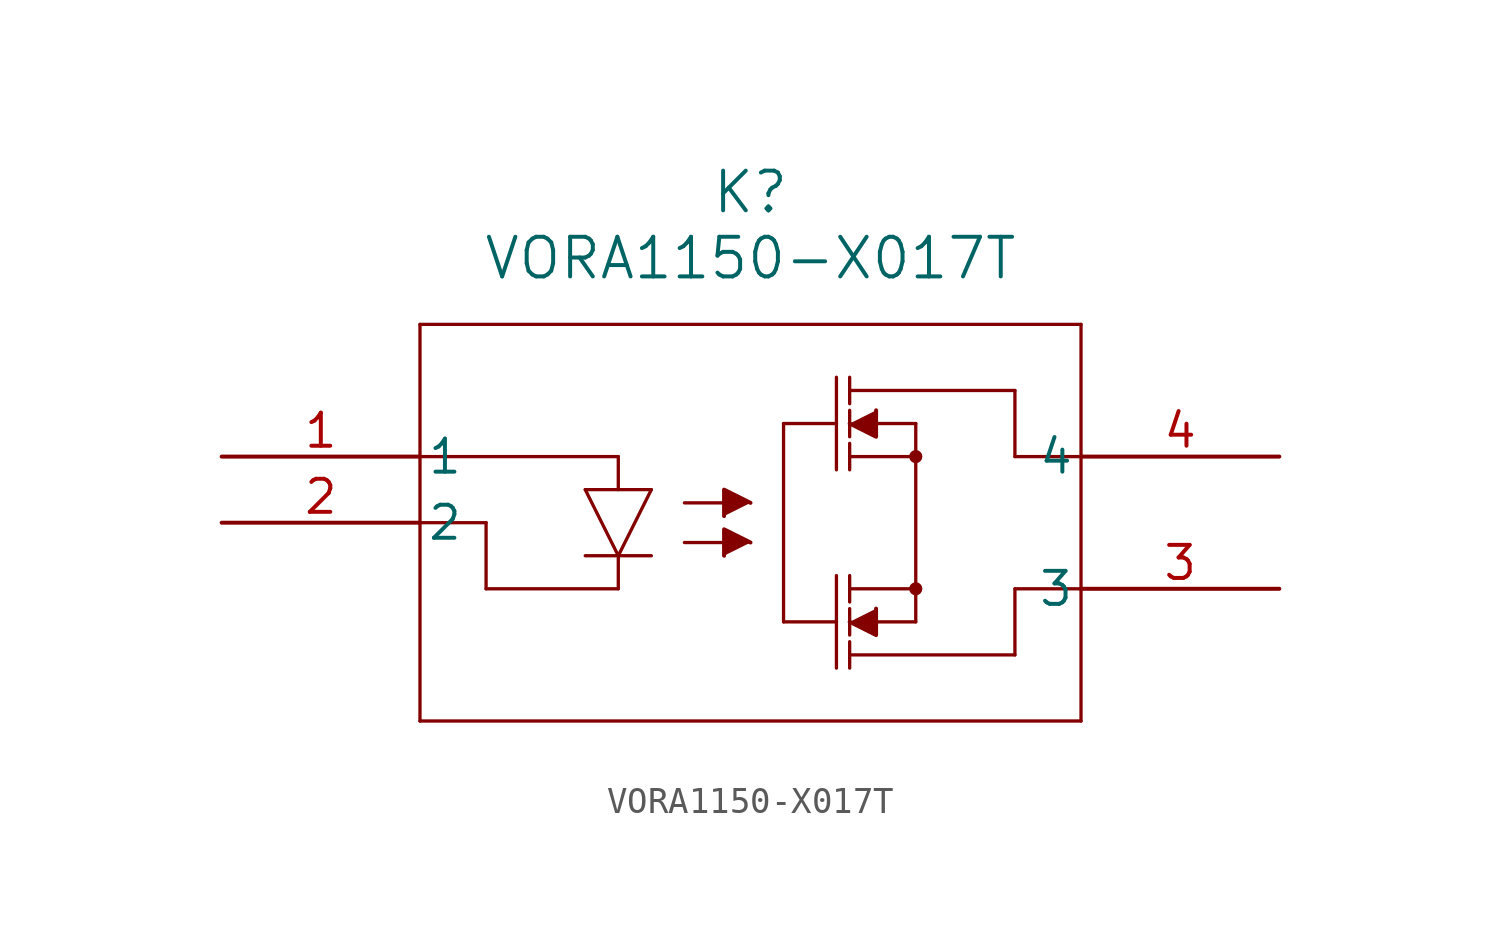
<source format=kicad_sym>
(kicad_symbol_lib
  (version 20211014)
  (generator kicad_symbol_editor)
  (symbol "VORA1150-X017T"
    (pin_names
      (offset 0.254))
    (property "Reference" "K"
      (at 20.32 10.16 0)
      (effects (font (size 1.524 1.524))))
    (property "Value" "VORA1150-X017T"
      (at 20.32 7.62 0)
      (effects (font (size 1.524 1.524))))
    (symbol "VORA1150-X017T_0_1"
      (polyline (pts (xy 7.62 5.08) (xy 7.62 -10.16)) (stroke (width 0.127) (type default) (color 0 0 0 0)) (fill (type none)))
      (polyline (pts (xy 7.62 -10.16) (xy 33.02 -10.16)) (stroke (width 0.127) (type default) (color 0 0 0 0)) (fill (type none)))
      (polyline (pts (xy 33.02 -10.16) (xy 33.02 5.08)) (stroke (width 0.127) (type default) (color 0 0 0 0)) (fill (type none)))
      (polyline (pts (xy 33.02 5.08) (xy 7.62 5.08)) (stroke (width 0.127) (type default) (color 0 0 0 0)) (fill (type none)))
      (polyline (pts (xy 7.62 -2.54) (xy 10.16 -2.54)) (stroke (width 0.127) (type default) (color 0 0 0 0)) (fill (type none)))
      (polyline (pts (xy 10.16 -2.54) (xy 10.16 -5.08)) (stroke (width 0.127) (type default) (color 0 0 0 0)) (fill (type none)))
      (polyline (pts (xy 10.16 -5.08) (xy 15.24 -5.08)) (stroke (width 0.127) (type default) (color 0 0 0 0)) (fill (type none)))
      (polyline (pts (xy 7.62 0) (xy 15.24 0)) (stroke (width 0.127) (type default) (color 0 0 0 0)) (fill (type none)))
      (polyline (pts (xy 13.97 -1.27) (xy 16.51 -1.27)) (stroke (width 0.127) (type default) (color 0 0 0 0)) (fill (type none)))
      (polyline (pts (xy 16.51 -1.27) (xy 15.24 -3.81)) (stroke (width 0.127) (type default) (color 0 0 0 0)) (fill (type none)))
      (polyline (pts (xy 15.24 -3.81) (xy 13.97 -1.27)) (stroke (width 0.127) (type default) (color 0 0 0 0)) (fill (type none)))
      (polyline (pts (xy 13.97 -3.81) (xy 16.51 -3.81)) (stroke (width 0.127) (type default) (color 0 0 0 0)) (fill (type none)))
      (polyline (pts (xy 15.24 -3.81) (xy 15.24 -5.08)) (stroke (width 0.127) (type default) (color 0 0 0 0)) (fill (type none)))
      (polyline (pts (xy 15.24 -1.27) (xy 15.24 0)) (stroke (width 0.127) (type default) (color 0 0 0 0)) (fill (type none)))
      (polyline (pts (xy 21.59 1.27) (xy 21.59 -6.35)) (stroke (width 0.127) (type default) (color 0 0 0 0)) (fill (type none)))
      (polyline (pts (xy 21.59 -6.35) (xy 23.622 -6.35)) (stroke (width 0.127) (type default) (color 0 0 0 0)) (fill (type none)))
      (polyline (pts (xy 21.59 1.27) (xy 23.622 1.27)) (stroke (width 0.127) (type default) (color 0 0 0 0)) (fill (type none)))
      (polyline (pts (xy 24.13 3.048) (xy 24.13 2.032)) (stroke (width 0.127) (type default) (color 0 0 0 0)) (fill (type none)))
      (polyline (pts (xy 24.13 -4.572) (xy 24.13 -5.588)) (stroke (width 0.127) (type default) (color 0 0 0 0)) (fill (type none)))
      (polyline (pts (xy 24.638 1.27) (xy 26.67 1.27)) (stroke (width 0.127) (type default) (color 0 0 0 0)) (fill (type none)))
      (polyline (pts (xy 26.67 1.27) (xy 26.67 -6.35)) (stroke (width 0.127) (type default) (color 0 0 0 0)) (fill (type none)))
      (polyline (pts (xy 26.67 -6.35) (xy 24.384 -6.35)) (stroke (width 0.127) (type default) (color 0 0 0 0)) (fill (type none)))
      (polyline (pts (xy 24.13 -5.08) (xy 26.67 -5.08)) (stroke (width 0.127) (type default) (color 0 0 0 0)) (fill (type none)))
      (polyline (pts (xy 24.13 0) (xy 26.67 0)) (stroke (width 0.127) (type default) (color 0 0 0 0)) (fill (type none)))
      (polyline (pts (xy 24.13 2.54) (xy 30.48 2.54)) (stroke (width 0.127) (type default) (color 0 0 0 0)) (fill (type none)))
      (polyline (pts (xy 30.48 2.54) (xy 30.48 0)) (stroke (width 0.127) (type default) (color 0 0 0 0)) (fill (type none)))
      (polyline (pts (xy 30.48 0) (xy 33.02 0)) (stroke (width 0.127) (type default) (color 0 0 0 0)) (fill (type none)))
      (polyline (pts (xy 33.02 -5.08) (xy 30.48 -5.08)) (stroke (width 0.127) (type default) (color 0 0 0 0)) (fill (type none)))
      (polyline (pts (xy 30.48 -5.08) (xy 30.48 -7.62)) (stroke (width 0.127) (type default) (color 0 0 0 0)) (fill (type none)))
      (polyline (pts (xy 30.48 -7.62) (xy 24.13 -7.62)) (stroke (width 0.127) (type default) (color 0 0 0 0)) (fill (type none)))
      (polyline (pts (xy 23.622 3.048) (xy 23.622 -0.508)) (stroke (width 0.127) (type default) (color 0 0 0 0)) (fill (type none)))
      (polyline (pts (xy 23.622 -4.572) (xy 23.622 -8.128)) (stroke (width 0.127) (type default) (color 0 0 0 0)) (fill (type none)))
      (circle (center 26.67 0) (radius 0.127) (stroke (width 0.254) (type default) (color 0 0 0 0)) (fill (type none)))
      (circle (center 26.67 -5.08) (radius 0.127) (stroke (width 0.254) (type default) (color 0 0 0 0)) (fill (type none)))
      (polyline (pts (xy 24.13 1.27) (xy 25.146 0.762) (xy 25.146 1.778)) (stroke (width 0) (type default) (color 0 0 0 0)) (fill (type outline)))
      (polyline (pts (xy 24.13 -6.35) (xy 25.146 -6.858) (xy 25.146 -5.842)) (stroke (width 0) (type default) (color 0 0 0 0)) (fill (type outline)))
      (polyline (pts (xy 17.78 -1.778) (xy 19.558 -1.778)) (stroke (width 0.127) (type default) (color 0 0 0 0)) (fill (type none)))
      (polyline (pts (xy 17.78 -3.302) (xy 19.558 -3.302)) (stroke (width 0.127) (type default) (color 0 0 0 0)) (fill (type none)))
      (polyline (pts (xy 20.32 -1.778) (xy 19.304 -1.27) (xy 19.304 -2.286)) (stroke (width 0) (type default) (color 0 0 0 0)) (fill (type outline)))
      (polyline (pts (xy 20.32 -3.302) (xy 19.304 -2.794) (xy 19.304 -3.81)) (stroke (width 0) (type default) (color 0 0 0 0)) (fill (type outline)))
      (polyline (pts (xy 24.13 1.778) (xy 24.13 0.762)) (stroke (width 0.127) (type default) (color 0 0 0 0)) (fill (type none)))
      (polyline (pts (xy 24.13 0.508) (xy 24.13 -0.508)) (stroke (width 0.127) (type default) (color 0 0 0 0)) (fill (type none)))
      (polyline (pts (xy 24.13 -5.842) (xy 24.13 -6.858)) (stroke (width 0.127) (type default) (color 0 0 0 0)) (fill (type none)))
      (polyline (pts (xy 24.13 -7.112) (xy 24.13 -8.128)) (stroke (width 0.127) (type default) (color 0 0 0 0)) (fill (type none)))
      (pin unspecified line (at 0 0 0) (length 7.62) (name "1" (effects (font (size 1.27 1.27)))) (number "1" (effects (font (size 1.27 1.27)))))
      (pin unspecified line (at 0 -2.54 0) (length 7.62) (name "2" (effects (font (size 1.27 1.27)))) (number "2" (effects (font (size 1.27 1.27)))))
      (pin unspecified line (at 40.64 -5.08 180) (length 7.62) (name "3" (effects (font (size 1.27 1.27)))) (number "3" (effects (font (size 1.27 1.27)))))
      (pin bidirectional line (at 40.64 0 180) (length 7.62) (name "4" (effects (font (size 1.27 1.27)))) (number "4" (effects (font (size 1.27 1.27))))))))
</source>
